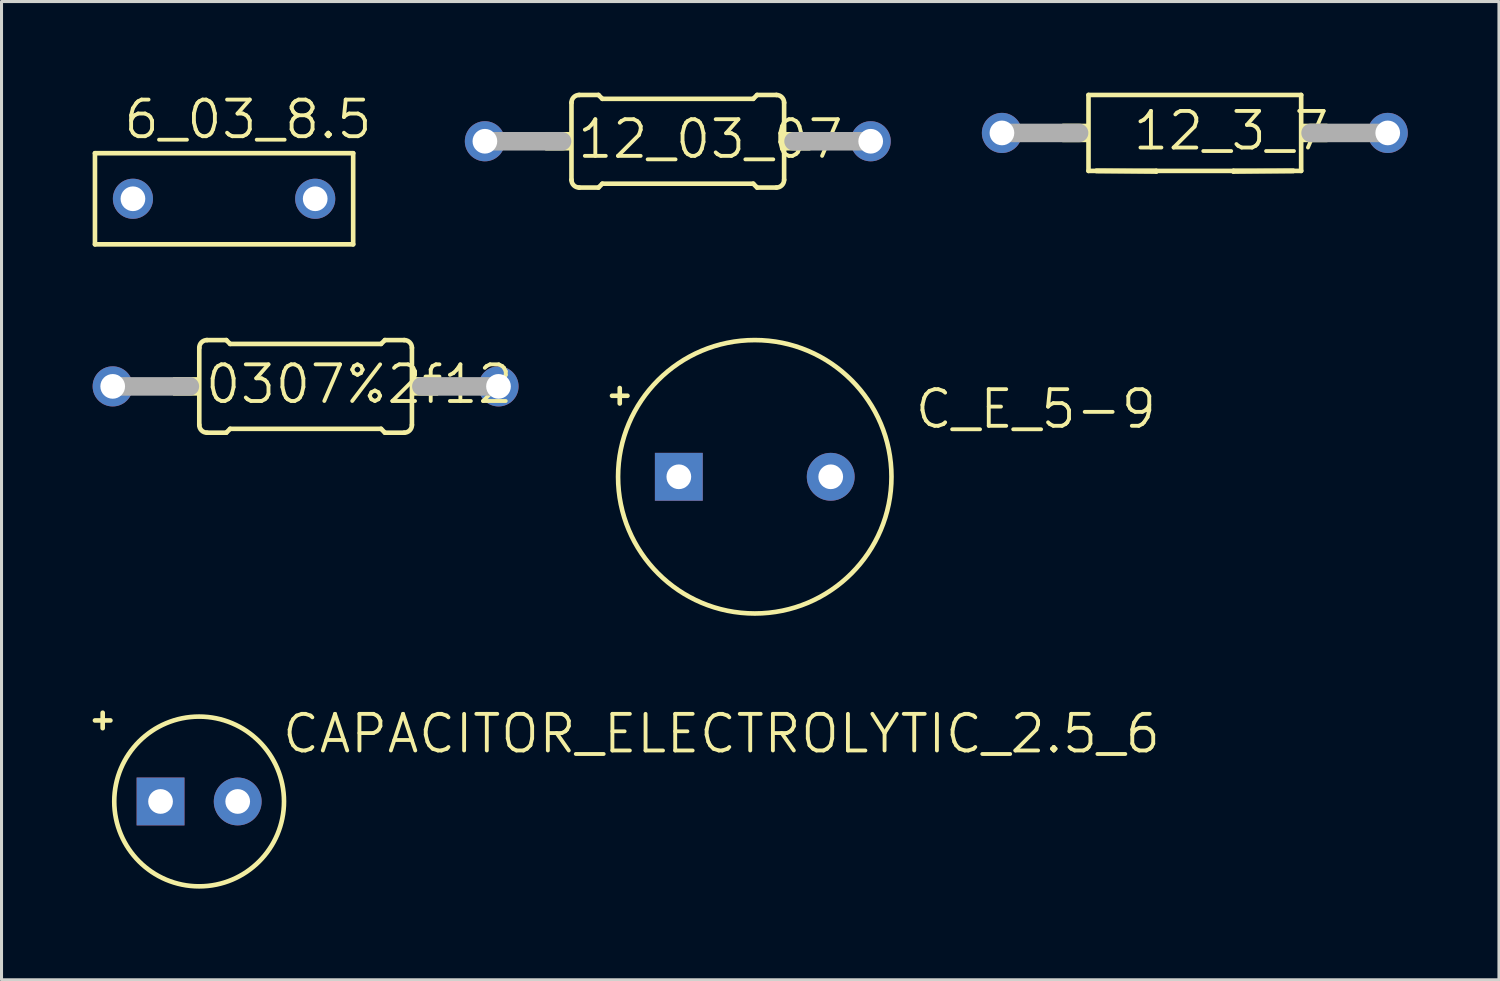
<source format=kicad_pcb>
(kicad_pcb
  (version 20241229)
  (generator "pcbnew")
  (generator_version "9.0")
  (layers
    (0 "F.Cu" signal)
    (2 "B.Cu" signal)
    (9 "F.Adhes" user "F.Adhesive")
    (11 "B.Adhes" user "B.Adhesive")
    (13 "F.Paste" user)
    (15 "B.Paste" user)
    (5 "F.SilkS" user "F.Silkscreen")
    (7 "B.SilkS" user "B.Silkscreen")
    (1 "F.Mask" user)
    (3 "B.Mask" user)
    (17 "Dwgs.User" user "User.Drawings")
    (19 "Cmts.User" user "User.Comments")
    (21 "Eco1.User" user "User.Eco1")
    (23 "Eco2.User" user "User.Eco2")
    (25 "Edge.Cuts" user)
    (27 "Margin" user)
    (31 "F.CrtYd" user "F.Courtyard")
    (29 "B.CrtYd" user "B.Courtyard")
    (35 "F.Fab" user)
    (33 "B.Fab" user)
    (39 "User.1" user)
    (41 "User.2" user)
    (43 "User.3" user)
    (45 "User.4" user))
  (footprint "0307%2f12"
    (layer "F.Cu")
    (at 7.01 9.669)
    (property "Reference" "0307%2f12" (at -3.373 0.635 0) (layer "F.SilkS") (effects (font (size 1.206 1.206) (thickness 0.127)) (justify left bottom)))
    (attr through_hole)
    (fp_line (start -3.5 1.27) (end -3.5 -1.27) (stroke (width 0.152) (type solid)) (layer "F.SilkS"))
    (fp_line (start -3.246 -1.524) (end -2.611 -1.524) (stroke (width 0.152) (type solid)) (layer "F.SilkS"))
    (fp_line (start -3.246 1.524) (end -2.611 1.524) (stroke (width 0.152) (type solid)) (layer "F.SilkS"))
    (fp_line (start -2.484 -1.397) (end -2.611 -1.524) (stroke (width 0.152) (type solid)) (layer "F.SilkS"))
    (fp_line (start -2.484 1.397) (end -2.611 1.524) (stroke (width 0.152) (type solid)) (layer "F.SilkS"))
    (fp_line (start 2.484 -1.397) (end -2.484 -1.397) (stroke (width 0.152) (type solid)) (layer "F.SilkS"))
    (fp_line (start 2.484 -1.397) (end 2.611 -1.524) (stroke (width 0.152) (type solid)) (layer "F.SilkS"))
    (fp_line (start 2.484 1.397) (end -2.484 1.397) (stroke (width 0.152) (type solid)) (layer "F.SilkS"))
    (fp_line (start 2.484 1.397) (end 2.611 1.524) (stroke (width 0.152) (type solid)) (layer "F.SilkS"))
    (fp_line (start 3.246 -1.524) (end 2.611 -1.524) (stroke (width 0.152) (type solid)) (layer "F.SilkS"))
    (fp_line (start 3.246 1.524) (end 2.611 1.524) (stroke (width 0.152) (type solid)) (layer "F.SilkS"))
    (fp_line (start 3.5 1.27) (end 3.5 -1.27) (stroke (width 0.152) (type solid)) (layer "F.SilkS"))
    (fp_arc (start -3.5 -1.27) (mid -3.425605 -1.449605) (end -3.246 -1.524) (stroke (width 0.1524) (type solid)) (layer "F.SilkS"))
    (fp_arc (start -3.246 1.524) (mid -3.425605 1.449605) (end -3.5 1.27) (stroke (width 0.1524) (type solid)) (layer "F.SilkS"))
    (fp_arc (start 3.246 -1.524) (mid 3.425605 -1.449605) (end 3.5 -1.27) (stroke (width 0.1524) (type solid)) (layer "F.SilkS"))
    (fp_arc (start 3.5 1.27) (mid 3.425605 1.449605) (end 3.246 1.524) (stroke (width 0.1524) (type solid)) (layer "F.SilkS"))
    (fp_poly (pts (xy -4.364 0.305) (xy -3.5 0.305) (xy -3.5 -0.305) (xy -4.364 -0.305)) (stroke (width 0) (type solid)) (fill yes) (layer "F.SilkS"))
    (fp_poly (pts (xy 3.5 0.305) (xy 4.364 0.305) (xy 4.364 -0.305) (xy 3.5 -0.305)) (stroke (width 0) (type solid)) (fill yes) (layer "F.SilkS"))
    (fp_line (start -6.35 0) (end -3.81 0) (stroke (width 0.61) (type solid)) (layer "F.Fab"))
    (fp_line (start 6.35 0) (end 3.81 0) (stroke (width 0.61) (type solid)) (layer "F.Fab"))
    (pad "1" thru_hole circle (at -6.35 0) (size 1.321 1.321) (drill 0.813) (layers "*.Cu" "*.Mask"))
    (pad "2" thru_hole circle (at 6.35 0) (size 1.321 1.321) (drill 0.813) (layers "*.Cu" "*.Mask")))
  (footprint "12_3_7"
    (layer "F.Cu")
    (at 29.932 1.326)
    (property "Reference" "12_3_7" (at 4.247 0.635 0) (layer "F.SilkS") (effects (font (size 1.206 1.206) (thickness 0.127)) (justify left bottom)))
    (attr through_hole)
    (fp_line (start 2.85 1.25) (end 2.85 -1.25) (stroke (width 0.152) (type solid)) (layer "F.SilkS"))
    (fp_line (start 2.85 1.25) (end 5.08 1.25) (stroke (width 0.152) (type solid)) (layer "F.SilkS"))
    (fp_line (start 5.08 1.25) (end 5.08 1.27) (stroke (width 0.152) (type solid)) (layer "F.SilkS"))
    (fp_line (start 5.08 1.27) (end 3.104 1.25) (stroke (width 0.152) (type solid)) (layer "F.SilkS"))
    (fp_line (start 7.62 1.25) (end 9.85 1.25) (stroke (width 0.152) (type solid)) (layer "F.SilkS"))
    (fp_line (start 7.62 1.27) (end 7.62 1.25) (stroke (width 0.152) (type solid)) (layer "F.SilkS"))
    (fp_line (start 9.596 1.25) (end 3.104 1.25) (stroke (width 0.152) (type solid)) (layer "F.SilkS"))
    (fp_line (start 9.596 1.25) (end 7.62 1.27) (stroke (width 0.152) (type solid)) (layer "F.SilkS"))
    (fp_line (start 9.85 -1.25) (end 2.85 -1.25) (stroke (width 0.152) (type solid)) (layer "F.SilkS"))
    (fp_line (start 9.85 1.25) (end 9.85 -1.25) (stroke (width 0.152) (type solid)) (layer "F.SilkS"))
    (fp_poly (pts (xy 1.986 0.305) (xy 2.85 0.305) (xy 2.85 -0.305) (xy 1.986 -0.305)) (stroke (width 0) (type solid)) (fill yes) (layer "F.SilkS"))
    (fp_poly (pts (xy 9.85 0.305) (xy 10.714 0.305) (xy 10.714 -0.305) (xy 9.85 -0.305)) (stroke (width 0) (type solid)) (fill yes) (layer "F.SilkS"))
    (fp_line (start 0 0) (end 2.54 0) (stroke (width 0.61) (type solid)) (layer "F.Fab"))
    (fp_line (start 12.7 0) (end 10.16 0) (stroke (width 0.61) (type solid)) (layer "F.Fab"))
    (pad "1" thru_hole circle (at 0 0) (size 1.321 1.321) (drill 0.813) (layers "*.Cu" "*.Mask"))
    (pad "2" thru_hole circle (at 12.7 0) (size 1.321 1.321) (drill 0.813) (layers "*.Cu" "*.Mask")))
  (footprint "C_E_5-9"
    (layer "F.Cu")
    (at 21.796 12.645)
    (property "Reference" "C_E_5-9" (at 5.207 -1.524 0) (layer "F.SilkS") (effects (font (size 1.206 1.206) (thickness 0.127)) (justify left bottom)))
    (attr through_hole)
    (fp_line (start -4.445 -2.921) (end -4.445 -2.413) (stroke (width 0.152) (type solid)) (layer "F.SilkS"))
    (fp_line (start -4.191 -2.667) (end -4.699 -2.667) (stroke (width 0.152) (type solid)) (layer "F.SilkS"))
    (fp_circle (center 0 0) (end 4.5 0) (stroke (width 0.152) (type solid)) (fill no) (layer "F.SilkS"))
    (pad "+" thru_hole rect (at -2.5 0) (size 1.575 1.575) (drill 0.813) (layers "*.Cu" "*.Mask"))
    (pad "-" thru_hole circle (at 2.5 0) (size 1.575 1.575) (drill 0.813) (layers "*.Cu" "*.Mask")))
  (footprint "6_03_8.5"
    (layer "F.Cu")
    (at 4.326 3.493)
    (property "Reference" "6_03_8.5" (at -3.373 -1.905 0) (layer "F.SilkS") (effects (font (size 1.206 1.206) (thickness 0.127)) (justify left bottom)))
    (attr through_hole)
    (fp_line (start -4.25 1.5) (end -4.25 -1.5) (stroke (width 0.152) (type solid)) (layer "F.SilkS"))
    (fp_line (start 4.25 -1.5) (end -4.25 -1.5) (stroke (width 0.152) (type solid)) (layer "F.SilkS"))
    (fp_line (start 4.25 1.5) (end -4.25 1.5) (stroke (width 0.152) (type solid)) (layer "F.SilkS"))
    (fp_line (start 4.25 1.5) (end 4.25 -1.5) (stroke (width 0.152) (type solid)) (layer "F.SilkS"))
    (pad "1" thru_hole circle (at -3 0) (size 1.321 1.321) (drill 0.813) (layers "*.Cu" "*.Mask"))
    (pad "2" thru_hole circle (at 3 0) (size 1.321 1.321) (drill 0.813) (layers "*.Cu" "*.Mask")))
  (footprint "CAPACITOR_ELECTROLYTIC_2.5_6"
    (layer "F.Cu")
    (at 2.235 23.333)
    (property "Reference" "CAPACITOR_ELECTROLYTIC_2.5_6" (at 3.937 -1.524 0) (layer "F.SilkS") (effects (font (size 1.206 1.206) (thickness 0.127)) (justify left bottom)))
    (attr through_hole)
    (fp_line (start -1.905 -2.921) (end -1.905 -2.413) (stroke (width 0.152) (type solid)) (layer "F.SilkS"))
    (fp_line (start -1.651 -2.667) (end -2.159 -2.667) (stroke (width 0.152) (type solid)) (layer "F.SilkS"))
    (fp_circle (center 1.27 0) (end 4.064 0) (stroke (width 0.152) (type solid)) (fill no) (layer "F.SilkS"))
    (pad "+" thru_hole rect (at 0 0) (size 1.575 1.575) (drill 0.813) (layers "*.Cu" "*.Mask"))
    (pad "-" thru_hole circle (at 2.54 0) (size 1.575 1.575) (drill 0.813) (layers "*.Cu" "*.Mask")))
  (footprint "12_03_07"
    (layer "F.Cu")
    (at 19.262 1.6)
    (property "Reference" "12_03_07" (at -3.373 0.635 0) (layer "F.SilkS") (effects (font (size 1.206 1.206) (thickness 0.127)) (justify left bottom)))
    (attr through_hole)
    (fp_line (start -3.5 1.27) (end -3.5 -1.27) (stroke (width 0.152) (type solid)) (layer "F.SilkS"))
    (fp_line (start -3.246 -1.524) (end -2.611 -1.524) (stroke (width 0.152) (type solid)) (layer "F.SilkS"))
    (fp_line (start -3.246 1.524) (end -2.611 1.524) (stroke (width 0.152) (type solid)) (layer "F.SilkS"))
    (fp_line (start -2.484 -1.397) (end -2.611 -1.524) (stroke (width 0.152) (type solid)) (layer "F.SilkS"))
    (fp_line (start -2.484 1.397) (end -2.611 1.524) (stroke (width 0.152) (type solid)) (layer "F.SilkS"))
    (fp_line (start 2.484 -1.397) (end -2.484 -1.397) (stroke (width 0.152) (type solid)) (layer "F.SilkS"))
    (fp_line (start 2.484 -1.397) (end 2.611 -1.524) (stroke (width 0.152) (type solid)) (layer "F.SilkS"))
    (fp_line (start 2.484 1.397) (end -2.484 1.397) (stroke (width 0.152) (type solid)) (layer "F.SilkS"))
    (fp_line (start 2.484 1.397) (end 2.611 1.524) (stroke (width 0.152) (type solid)) (layer "F.SilkS"))
    (fp_line (start 3.246 -1.524) (end 2.611 -1.524) (stroke (width 0.152) (type solid)) (layer "F.SilkS"))
    (fp_line (start 3.246 1.524) (end 2.611 1.524) (stroke (width 0.152) (type solid)) (layer "F.SilkS"))
    (fp_line (start 3.5 1.27) (end 3.5 -1.27) (stroke (width 0.152) (type solid)) (layer "F.SilkS"))
    (fp_arc (start -3.5 -1.27) (mid -3.425605 -1.449605) (end -3.246 -1.524) (stroke (width 0.1524) (type solid)) (layer "F.SilkS"))
    (fp_arc (start -3.246 1.524) (mid -3.425605 1.449605) (end -3.5 1.27) (stroke (width 0.1524) (type solid)) (layer "F.SilkS"))
    (fp_arc (start 3.246 -1.524) (mid 3.425605 -1.449605) (end 3.5 -1.27) (stroke (width 0.1524) (type solid)) (layer "F.SilkS"))
    (fp_arc (start 3.5 1.27) (mid 3.425605 1.449605) (end 3.246 1.524) (stroke (width 0.1524) (type solid)) (layer "F.SilkS"))
    (fp_poly (pts (xy -4.364 0.305) (xy -3.5 0.305) (xy -3.5 -0.305) (xy -4.364 -0.305)) (stroke (width 0) (type solid)) (fill yes) (layer "F.SilkS"))
    (fp_poly (pts (xy 3.5 0.305) (xy 4.364 0.305) (xy 4.364 -0.305) (xy 3.5 -0.305)) (stroke (width 0) (type solid)) (fill yes) (layer "F.SilkS"))
    (fp_line (start -6.35 0) (end -3.81 0) (stroke (width 0.61) (type solid)) (layer "F.Fab"))
    (fp_line (start 6.35 0) (end 3.81 0) (stroke (width 0.61) (type solid)) (layer "F.Fab"))
    (pad "1" thru_hole circle (at -6.35 0) (size 1.321 1.321) (drill 0.813) (layers "*.Cu" "*.Mask"))
    (pad "2" thru_hole circle (at 6.35 0) (size 1.321 1.321) (drill 0.813) (layers "*.Cu" "*.Mask")))
  (gr_rect
    (start -3 -3)
    (end 46.293 29.203)
    (stroke (width 0.1) (type default))
    (fill no)
    (layer "Edge.Cuts")))
</source>
